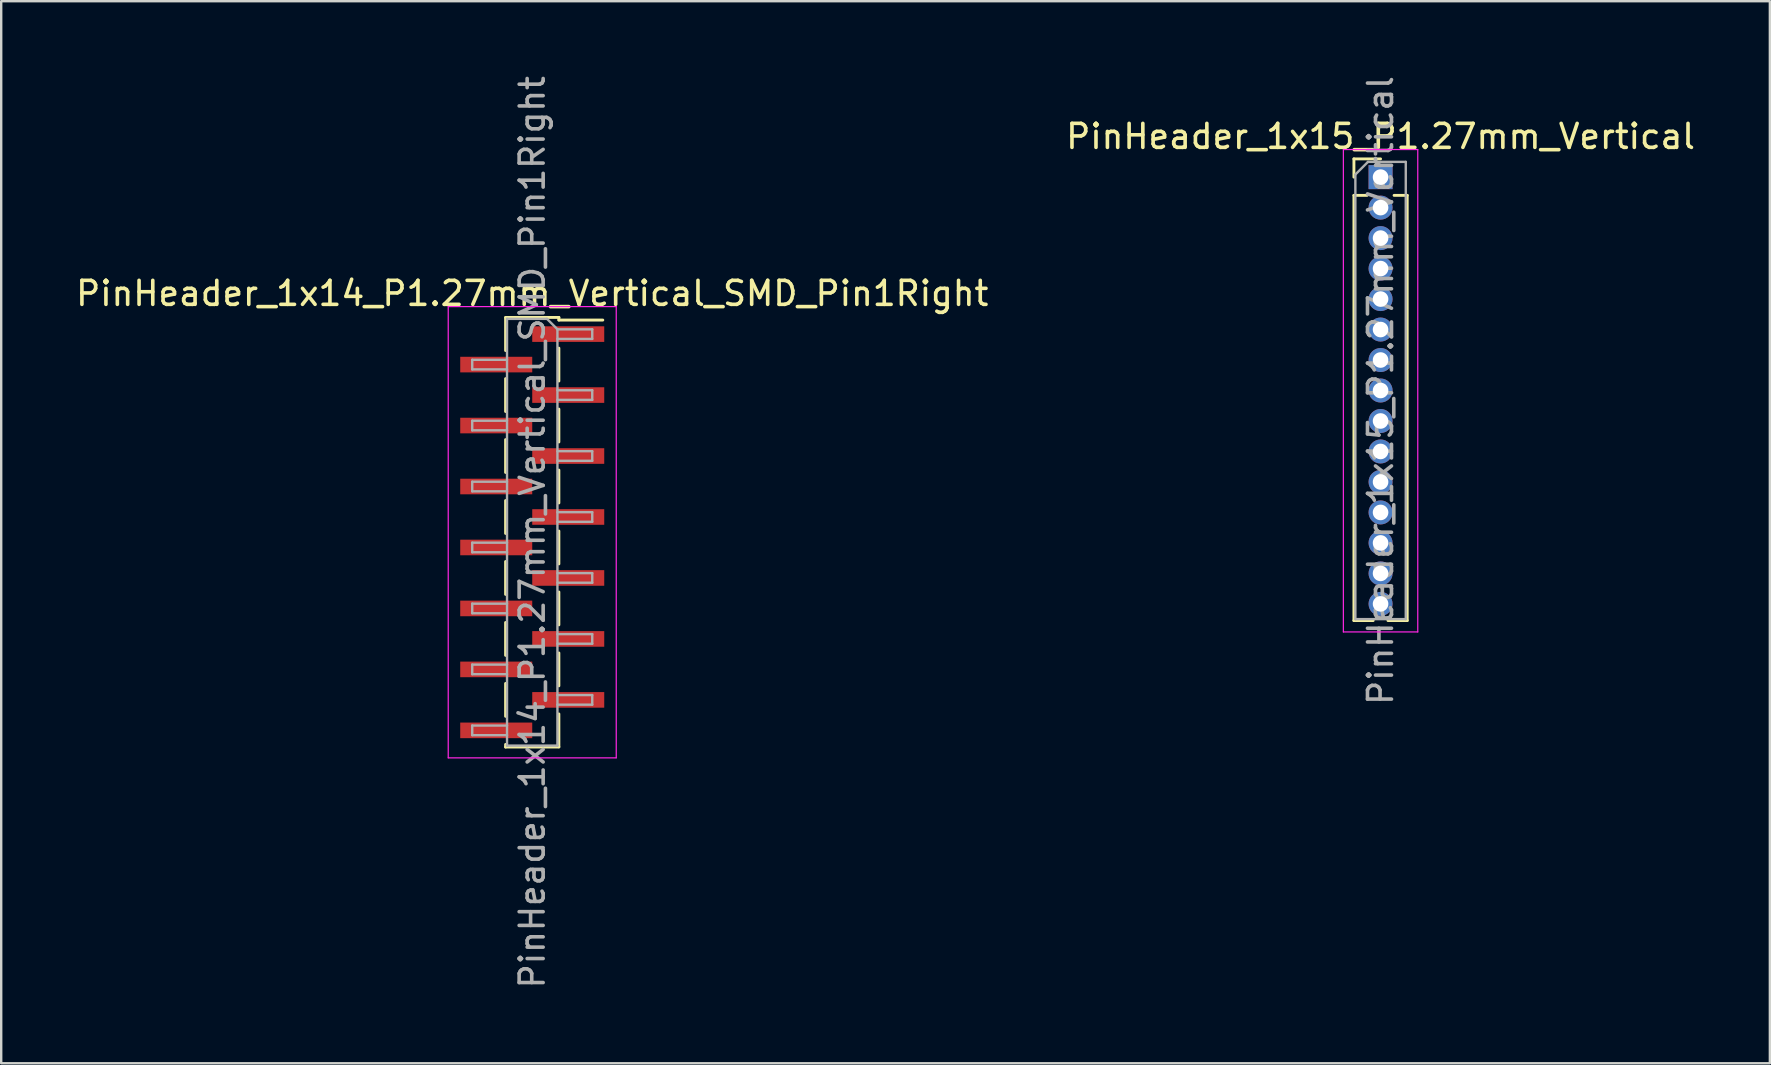
<source format=kicad_pcb>
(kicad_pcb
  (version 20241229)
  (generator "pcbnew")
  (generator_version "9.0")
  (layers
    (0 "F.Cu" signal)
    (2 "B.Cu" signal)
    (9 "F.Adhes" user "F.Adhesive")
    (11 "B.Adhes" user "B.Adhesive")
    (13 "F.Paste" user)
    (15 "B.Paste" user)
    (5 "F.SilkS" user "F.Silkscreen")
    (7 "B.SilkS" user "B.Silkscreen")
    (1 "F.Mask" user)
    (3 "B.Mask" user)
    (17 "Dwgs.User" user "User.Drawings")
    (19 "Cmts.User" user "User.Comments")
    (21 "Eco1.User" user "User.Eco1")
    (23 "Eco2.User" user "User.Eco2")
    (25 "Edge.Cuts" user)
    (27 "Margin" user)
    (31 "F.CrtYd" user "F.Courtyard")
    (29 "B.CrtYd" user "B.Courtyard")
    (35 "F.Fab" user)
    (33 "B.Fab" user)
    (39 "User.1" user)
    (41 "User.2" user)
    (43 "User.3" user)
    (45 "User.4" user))
  (footprint "PinHeader_1x15_P1.27mm_Vertical"
    (layer "F.Cu")
    (at 54.47 4.33)
    (property "Reference" "PinHeader_1x15_P1.27mm_Vertical" (at 0 -1.695 0) (layer "F.SilkS") (effects (font (size 1 1) (thickness 0.15))))
    (attr through_hole)
    (fp_line (start -1.11 -0.76) (end 0 -0.76) (stroke (width 0.12) (type solid)) (layer "F.SilkS"))
    (fp_line (start -1.11 0) (end -1.11 -0.76) (stroke (width 0.12) (type solid)) (layer "F.SilkS"))
    (fp_line (start -1.11 0.76) (end -1.11 18.475) (stroke (width 0.12) (type solid)) (layer "F.SilkS"))
    (fp_line (start -1.11 0.76) (end -0.563 0.76) (stroke (width 0.12) (type solid)) (layer "F.SilkS"))
    (fp_line (start -1.11 18.475) (end -0.308 18.475) (stroke (width 0.12) (type solid)) (layer "F.SilkS"))
    (fp_line (start 0.308 18.475) (end 1.11 18.475) (stroke (width 0.12) (type solid)) (layer "F.SilkS"))
    (fp_line (start 0.563 0.76) (end 1.11 0.76) (stroke (width 0.12) (type solid)) (layer "F.SilkS"))
    (fp_line (start 1.11 0.76) (end 1.11 18.475) (stroke (width 0.12) (type solid)) (layer "F.SilkS"))
    (fp_line (start -1.55 -1.15) (end -1.55 18.95) (stroke (width 0.05) (type solid)) (layer "F.CrtYd"))
    (fp_line (start -1.55 18.95) (end 1.55 18.95) (stroke (width 0.05) (type solid)) (layer "F.CrtYd"))
    (fp_line (start 1.55 -1.15) (end -1.55 -1.15) (stroke (width 0.05) (type solid)) (layer "F.CrtYd"))
    (fp_line (start 1.55 18.95) (end 1.55 -1.15) (stroke (width 0.05) (type solid)) (layer "F.CrtYd"))
    (fp_line (start -1.05 -0.11) (end -0.525 -0.635) (stroke (width 0.1) (type solid)) (layer "F.Fab"))
    (fp_line (start -1.05 18.415) (end -1.05 -0.11) (stroke (width 0.1) (type solid)) (layer "F.Fab"))
    (fp_line (start -0.525 -0.635) (end 1.05 -0.635) (stroke (width 0.1) (type solid)) (layer "F.Fab"))
    (fp_line (start 1.05 -0.635) (end 1.05 18.415) (stroke (width 0.1) (type solid)) (layer "F.Fab"))
    (fp_line (start 1.05 18.415) (end -1.05 18.415) (stroke (width 0.1) (type solid)) (layer "F.Fab"))
    (fp_text user "${REFERENCE}" (at 0 8.89 90) (layer "F.Fab") (effects (font (size 1 1) (thickness 0.15))))
    (pad "1" thru_hole rect (at 0 0) (size 1 1) (drill 0.65) (layers "*.Cu" "*.Mask"))
    (pad "2" thru_hole oval (at 0 1.27) (size 1 1) (drill 0.65) (layers "*.Cu" "*.Mask"))
    (pad "3" thru_hole oval (at 0 2.54) (size 1 1) (drill 0.65) (layers "*.Cu" "*.Mask"))
    (pad "4" thru_hole oval (at 0 3.81) (size 1 1) (drill 0.65) (layers "*.Cu" "*.Mask"))
    (pad "5" thru_hole oval (at 0 5.08) (size 1 1) (drill 0.65) (layers "*.Cu" "*.Mask"))
    (pad "6" thru_hole oval (at 0 6.35) (size 1 1) (drill 0.65) (layers "*.Cu" "*.Mask"))
    (pad "7" thru_hole oval (at 0 7.62) (size 1 1) (drill 0.65) (layers "*.Cu" "*.Mask"))
    (pad "8" thru_hole oval (at 0 8.89) (size 1 1) (drill 0.65) (layers "*.Cu" "*.Mask"))
    (pad "9" thru_hole oval (at 0 10.16) (size 1 1) (drill 0.65) (layers "*.Cu" "*.Mask"))
    (pad "10" thru_hole oval (at 0 11.43) (size 1 1) (drill 0.65) (layers "*.Cu" "*.Mask"))
    (pad "11" thru_hole oval (at 0 12.7) (size 1 1) (drill 0.65) (layers "*.Cu" "*.Mask"))
    (pad "12" thru_hole oval (at 0 13.97) (size 1 1) (drill 0.65) (layers "*.Cu" "*.Mask"))
    (pad "13" thru_hole oval (at 0 15.24) (size 1 1) (drill 0.65) (layers "*.Cu" "*.Mask"))
    (pad "14" thru_hole oval (at 0 16.51) (size 1 1) (drill 0.65) (layers "*.Cu" "*.Mask"))
    (pad "15" thru_hole oval (at 0 17.78) (size 1 1) (drill 0.65) (layers "*.Cu" "*.Mask")))
  (footprint "PinHeader_1x14_P1.27mm_Vertical_SMD_Pin1Right"
    (layer "F.Cu")
    (at 19.125 19.125)
    (property "Reference" "PinHeader_1x14_P1.27mm_Vertical_SMD_Pin1Right" (at 0 -9.95 0) (layer "F.SilkS") (effects (font (size 1 1) (thickness 0.15))))
    (attr smd)
    (fp_line (start -1.11 -8.95) (end 1.11 -8.95) (stroke (width 0.12) (type solid)) (layer "F.SilkS"))
    (fp_line (start -1.11 -8.94) (end -1.11 -7.57) (stroke (width 0.12) (type solid)) (layer "F.SilkS"))
    (fp_line (start -1.11 -6.4) (end -1.11 -5.03) (stroke (width 0.12) (type solid)) (layer "F.SilkS"))
    (fp_line (start -1.11 -3.86) (end -1.11 -2.49) (stroke (width 0.12) (type solid)) (layer "F.SilkS"))
    (fp_line (start -1.11 -1.32) (end -1.11 0.05) (stroke (width 0.12) (type solid)) (layer "F.SilkS"))
    (fp_line (start -1.11 1.22) (end -1.11 2.59) (stroke (width 0.12) (type solid)) (layer "F.SilkS"))
    (fp_line (start -1.11 3.76) (end -1.11 5.13) (stroke (width 0.12) (type solid)) (layer "F.SilkS"))
    (fp_line (start -1.11 6.3) (end -1.11 7.67) (stroke (width 0.12) (type solid)) (layer "F.SilkS"))
    (fp_line (start -1.11 8.84) (end -1.11 8.95) (stroke (width 0.12) (type solid)) (layer "F.SilkS"))
    (fp_line (start -1.11 8.95) (end 1.11 8.95) (stroke (width 0.12) (type solid)) (layer "F.SilkS"))
    (fp_line (start 1.11 -8.95) (end 1.11 -8.84) (stroke (width 0.12) (type solid)) (layer "F.SilkS"))
    (fp_line (start 1.11 -8.84) (end 2.94 -8.84) (stroke (width 0.12) (type solid)) (layer "F.SilkS"))
    (fp_line (start 1.11 -7.67) (end 1.11 -6.3) (stroke (width 0.12) (type solid)) (layer "F.SilkS"))
    (fp_line (start 1.11 -5.13) (end 1.11 -3.76) (stroke (width 0.12) (type solid)) (layer "F.SilkS"))
    (fp_line (start 1.11 -2.59) (end 1.11 -1.22) (stroke (width 0.12) (type solid)) (layer "F.SilkS"))
    (fp_line (start 1.11 -0.05) (end 1.11 1.32) (stroke (width 0.12) (type solid)) (layer "F.SilkS"))
    (fp_line (start 1.11 2.49) (end 1.11 3.86) (stroke (width 0.12) (type solid)) (layer "F.SilkS"))
    (fp_line (start 1.11 5.03) (end 1.11 6.4) (stroke (width 0.12) (type solid)) (layer "F.SilkS"))
    (fp_line (start 1.11 7.57) (end 1.11 8.94) (stroke (width 0.12) (type solid)) (layer "F.SilkS"))
    (fp_line (start -3.5 -9.4) (end -3.5 9.4) (stroke (width 0.05) (type solid)) (layer "F.CrtYd"))
    (fp_line (start -3.5 9.4) (end 3.5 9.4) (stroke (width 0.05) (type solid)) (layer "F.CrtYd"))
    (fp_line (start 3.5 -9.4) (end -3.5 -9.4) (stroke (width 0.05) (type solid)) (layer "F.CrtYd"))
    (fp_line (start 3.5 9.4) (end 3.5 -9.4) (stroke (width 0.05) (type solid)) (layer "F.CrtYd"))
    (fp_line (start -2.5 -7.185) (end -2.5 -6.785) (stroke (width 0.1) (type solid)) (layer "F.Fab"))
    (fp_line (start -2.5 -6.785) (end -1.05 -6.785) (stroke (width 0.1) (type solid)) (layer "F.Fab"))
    (fp_line (start -2.5 -4.645) (end -2.5 -4.245) (stroke (width 0.1) (type solid)) (layer "F.Fab"))
    (fp_line (start -2.5 -4.245) (end -1.05 -4.245) (stroke (width 0.1) (type solid)) (layer "F.Fab"))
    (fp_line (start -2.5 -2.105) (end -2.5 -1.705) (stroke (width 0.1) (type solid)) (layer "F.Fab"))
    (fp_line (start -2.5 -1.705) (end -1.05 -1.705) (stroke (width 0.1) (type solid)) (layer "F.Fab"))
    (fp_line (start -2.5 0.435) (end -2.5 0.835) (stroke (width 0.1) (type solid)) (layer "F.Fab"))
    (fp_line (start -2.5 0.835) (end -1.05 0.835) (stroke (width 0.1) (type solid)) (layer "F.Fab"))
    (fp_line (start -2.5 2.975) (end -2.5 3.375) (stroke (width 0.1) (type solid)) (layer "F.Fab"))
    (fp_line (start -2.5 3.375) (end -1.05 3.375) (stroke (width 0.1) (type solid)) (layer "F.Fab"))
    (fp_line (start -2.5 5.515) (end -2.5 5.915) (stroke (width 0.1) (type solid)) (layer "F.Fab"))
    (fp_line (start -2.5 5.915) (end -1.05 5.915) (stroke (width 0.1) (type solid)) (layer "F.Fab"))
    (fp_line (start -2.5 8.055) (end -2.5 8.455) (stroke (width 0.1) (type solid)) (layer "F.Fab"))
    (fp_line (start -2.5 8.455) (end -1.05 8.455) (stroke (width 0.1) (type solid)) (layer "F.Fab"))
    (fp_line (start -1.05 -8.89) (end -1.05 8.89) (stroke (width 0.1) (type solid)) (layer "F.Fab"))
    (fp_line (start -1.05 -8.89) (end 0.615 -8.89) (stroke (width 0.1) (type solid)) (layer "F.Fab"))
    (fp_line (start -1.05 -7.185) (end -2.5 -7.185) (stroke (width 0.1) (type solid)) (layer "F.Fab"))
    (fp_line (start -1.05 -4.645) (end -2.5 -4.645) (stroke (width 0.1) (type solid)) (layer "F.Fab"))
    (fp_line (start -1.05 -2.105) (end -2.5 -2.105) (stroke (width 0.1) (type solid)) (layer "F.Fab"))
    (fp_line (start -1.05 0.435) (end -2.5 0.435) (stroke (width 0.1) (type solid)) (layer "F.Fab"))
    (fp_line (start -1.05 2.975) (end -2.5 2.975) (stroke (width 0.1) (type solid)) (layer "F.Fab"))
    (fp_line (start -1.05 5.515) (end -2.5 5.515) (stroke (width 0.1) (type solid)) (layer "F.Fab"))
    (fp_line (start -1.05 8.055) (end -2.5 8.055) (stroke (width 0.1) (type solid)) (layer "F.Fab"))
    (fp_line (start 1.05 -8.455) (end 0.615 -8.89) (stroke (width 0.1) (type solid)) (layer "F.Fab"))
    (fp_line (start 1.05 -8.455) (end 2.5 -8.455) (stroke (width 0.1) (type solid)) (layer "F.Fab"))
    (fp_line (start 1.05 -5.915) (end 2.5 -5.915) (stroke (width 0.1) (type solid)) (layer "F.Fab"))
    (fp_line (start 1.05 -3.375) (end 2.5 -3.375) (stroke (width 0.1) (type solid)) (layer "F.Fab"))
    (fp_line (start 1.05 -0.835) (end 2.5 -0.835) (stroke (width 0.1) (type solid)) (layer "F.Fab"))
    (fp_line (start 1.05 1.705) (end 2.5 1.705) (stroke (width 0.1) (type solid)) (layer "F.Fab"))
    (fp_line (start 1.05 4.245) (end 2.5 4.245) (stroke (width 0.1) (type solid)) (layer "F.Fab"))
    (fp_line (start 1.05 6.785) (end 2.5 6.785) (stroke (width 0.1) (type solid)) (layer "F.Fab"))
    (fp_line (start 1.05 8.89) (end -1.05 8.89) (stroke (width 0.1) (type solid)) (layer "F.Fab"))
    (fp_line (start 1.05 8.89) (end 1.05 -8.455) (stroke (width 0.1) (type solid)) (layer "F.Fab"))
    (fp_line (start 2.5 -8.455) (end 2.5 -8.055) (stroke (width 0.1) (type solid)) (layer "F.Fab"))
    (fp_line (start 2.5 -8.055) (end 1.05 -8.055) (stroke (width 0.1) (type solid)) (layer "F.Fab"))
    (fp_line (start 2.5 -5.915) (end 2.5 -5.515) (stroke (width 0.1) (type solid)) (layer "F.Fab"))
    (fp_line (start 2.5 -5.515) (end 1.05 -5.515) (stroke (width 0.1) (type solid)) (layer "F.Fab"))
    (fp_line (start 2.5 -3.375) (end 2.5 -2.975) (stroke (width 0.1) (type solid)) (layer "F.Fab"))
    (fp_line (start 2.5 -2.975) (end 1.05 -2.975) (stroke (width 0.1) (type solid)) (layer "F.Fab"))
    (fp_line (start 2.5 -0.835) (end 2.5 -0.435) (stroke (width 0.1) (type solid)) (layer "F.Fab"))
    (fp_line (start 2.5 -0.435) (end 1.05 -0.435) (stroke (width 0.1) (type solid)) (layer "F.Fab"))
    (fp_line (start 2.5 1.705) (end 2.5 2.105) (stroke (width 0.1) (type solid)) (layer "F.Fab"))
    (fp_line (start 2.5 2.105) (end 1.05 2.105) (stroke (width 0.1) (type solid)) (layer "F.Fab"))
    (fp_line (start 2.5 4.245) (end 2.5 4.645) (stroke (width 0.1) (type solid)) (layer "F.Fab"))
    (fp_line (start 2.5 4.645) (end 1.05 4.645) (stroke (width 0.1) (type solid)) (layer "F.Fab"))
    (fp_line (start 2.5 6.785) (end 2.5 7.185) (stroke (width 0.1) (type solid)) (layer "F.Fab"))
    (fp_line (start 2.5 7.185) (end 1.05 7.185) (stroke (width 0.1) (type solid)) (layer "F.Fab"))
    (fp_text user "${REFERENCE}" (at 0 0 90) (layer "F.Fab") (effects (font (size 1 1) (thickness 0.15))))
    (pad "1" smd rect (at 1.5 -8.255) (size 3 0.65) (layers "F.Cu" "F.Mask" "F.Paste"))
    (pad "2" smd rect (at -1.5 -6.985) (size 3 0.65) (layers "F.Cu" "F.Mask" "F.Paste"))
    (pad "3" smd rect (at 1.5 -5.715) (size 3 0.65) (layers "F.Cu" "F.Mask" "F.Paste"))
    (pad "4" smd rect (at -1.5 -4.445) (size 3 0.65) (layers "F.Cu" "F.Mask" "F.Paste"))
    (pad "5" smd rect (at 1.5 -3.175) (size 3 0.65) (layers "F.Cu" "F.Mask" "F.Paste"))
    (pad "6" smd rect (at -1.5 -1.905) (size 3 0.65) (layers "F.Cu" "F.Mask" "F.Paste"))
    (pad "7" smd rect (at 1.5 -0.635) (size 3 0.65) (layers "F.Cu" "F.Mask" "F.Paste"))
    (pad "8" smd rect (at -1.5 0.635) (size 3 0.65) (layers "F.Cu" "F.Mask" "F.Paste"))
    (pad "9" smd rect (at 1.5 1.905) (size 3 0.65) (layers "F.Cu" "F.Mask" "F.Paste"))
    (pad "10" smd rect (at -1.5 3.175) (size 3 0.65) (layers "F.Cu" "F.Mask" "F.Paste"))
    (pad "11" smd rect (at 1.5 4.445) (size 3 0.65) (layers "F.Cu" "F.Mask" "F.Paste"))
    (pad "12" smd rect (at -1.5 5.715) (size 3 0.65) (layers "F.Cu" "F.Mask" "F.Paste"))
    (pad "13" smd rect (at 1.5 6.985) (size 3 0.65) (layers "F.Cu" "F.Mask" "F.Paste"))
    (pad "14" smd rect (at -1.5 8.255) (size 3 0.65) (layers "F.Cu" "F.Mask" "F.Paste")))
  (gr_rect
    (start -3 -3)
    (end 70.69 41.25)
    (stroke (width 0.1) (type default))
    (fill no)
    (layer "Edge.Cuts")))
</source>
